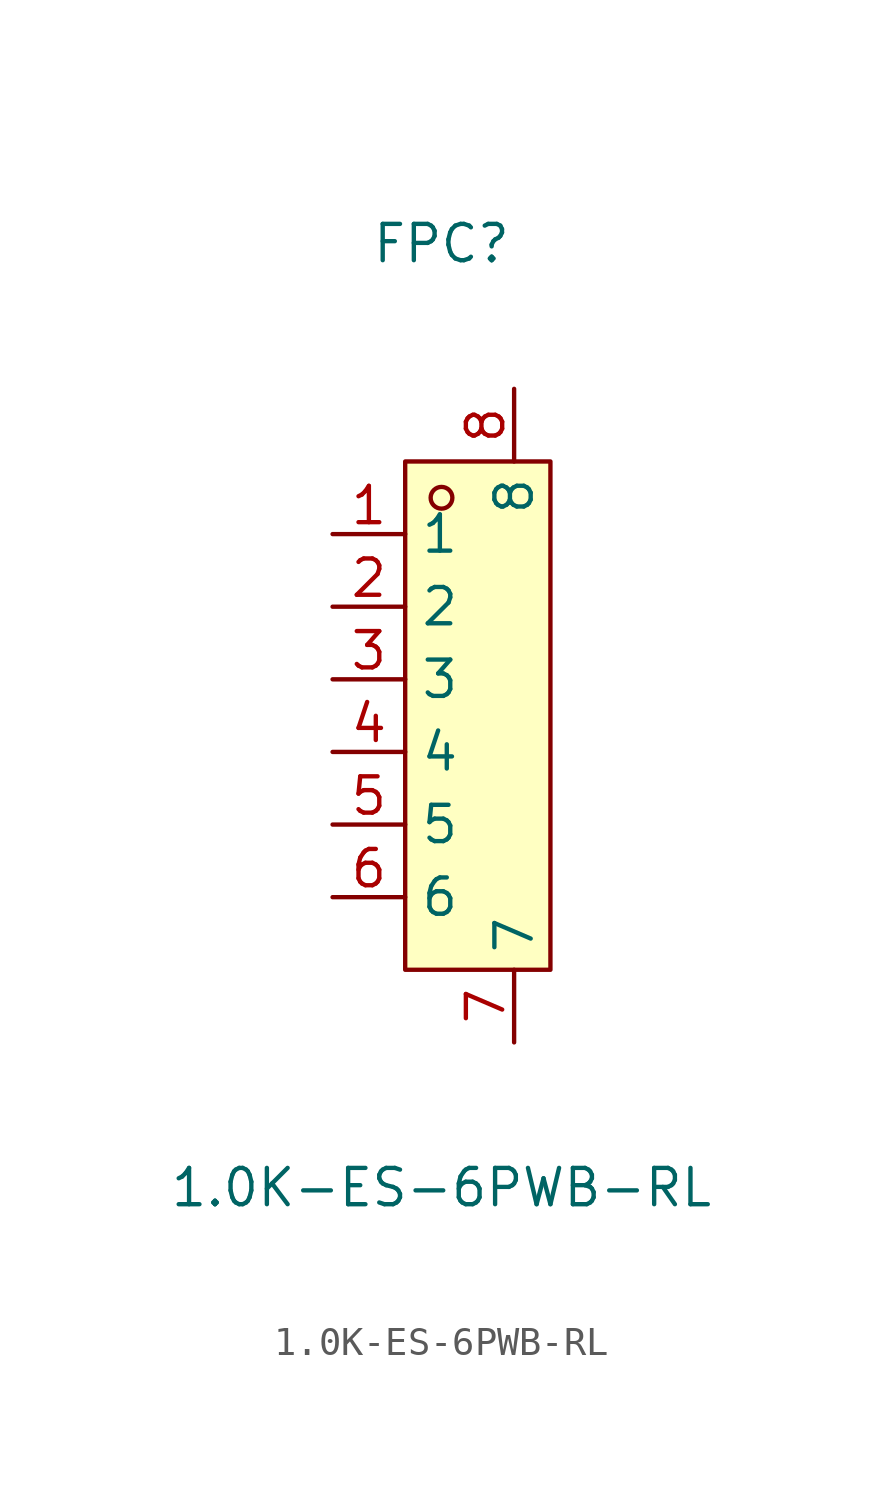
<source format=kicad_sym>
(kicad_symbol_lib
  (version 20211014)
  (generator https://github.com/uPesy/easyeda2kicad.py)
  (symbol "1.0K-ES-6PWB-RL"
    (property "Reference" "FPC"
      (at 0 17.78 0)
      (effects (font (size 1.27 1.27))))
    (property "Value" "1.0K-ES-6PWB-RL"
      (at 0 -15.24 0)
      (effects (font (size 1.27 1.27))))
    (symbol "1.0K-ES-6PWB-RL_0_1"
      (rectangle (start -1.27 10.16) (end 3.81 -7.62) (stroke (width 0) (type default) (color 0 0 0 0)) (fill (type background)))
      (circle (center 0.00 8.89) (radius 0.38) (stroke (width 0) (type default) (color 0 0 0 0)) (fill (type none)))
      (pin unspecified line (at 2.54 12.70 270) (length 2.54) (name "8" (effects (font (size 1.27 1.27)))) (number "8" (effects (font (size 1.27 1.27)))))
      (pin unspecified line (at 2.54 -10.16 90) (length 2.54) (name "7" (effects (font (size 1.27 1.27)))) (number "7" (effects (font (size 1.27 1.27)))))
      (pin unspecified line (at -3.81 -5.08 0) (length 2.54) (name "6" (effects (font (size 1.27 1.27)))) (number "6" (effects (font (size 1.27 1.27)))))
      (pin unspecified line (at -3.81 -2.54 0) (length 2.54) (name "5" (effects (font (size 1.27 1.27)))) (number "5" (effects (font (size 1.27 1.27)))))
      (pin unspecified line (at -3.81 -0.00 0) (length 2.54) (name "4" (effects (font (size 1.27 1.27)))) (number "4" (effects (font (size 1.27 1.27)))))
      (pin unspecified line (at -3.81 2.54 0) (length 2.54) (name "3" (effects (font (size 1.27 1.27)))) (number "3" (effects (font (size 1.27 1.27)))))
      (pin unspecified line (at -3.81 5.08 0) (length 2.54) (name "2" (effects (font (size 1.27 1.27)))) (number "2" (effects (font (size 1.27 1.27)))))
      (pin unspecified line (at -3.81 7.62 0) (length 2.54) (name "1" (effects (font (size 1.27 1.27)))) (number "1" (effects (font (size 1.27 1.27))))))))
</source>
